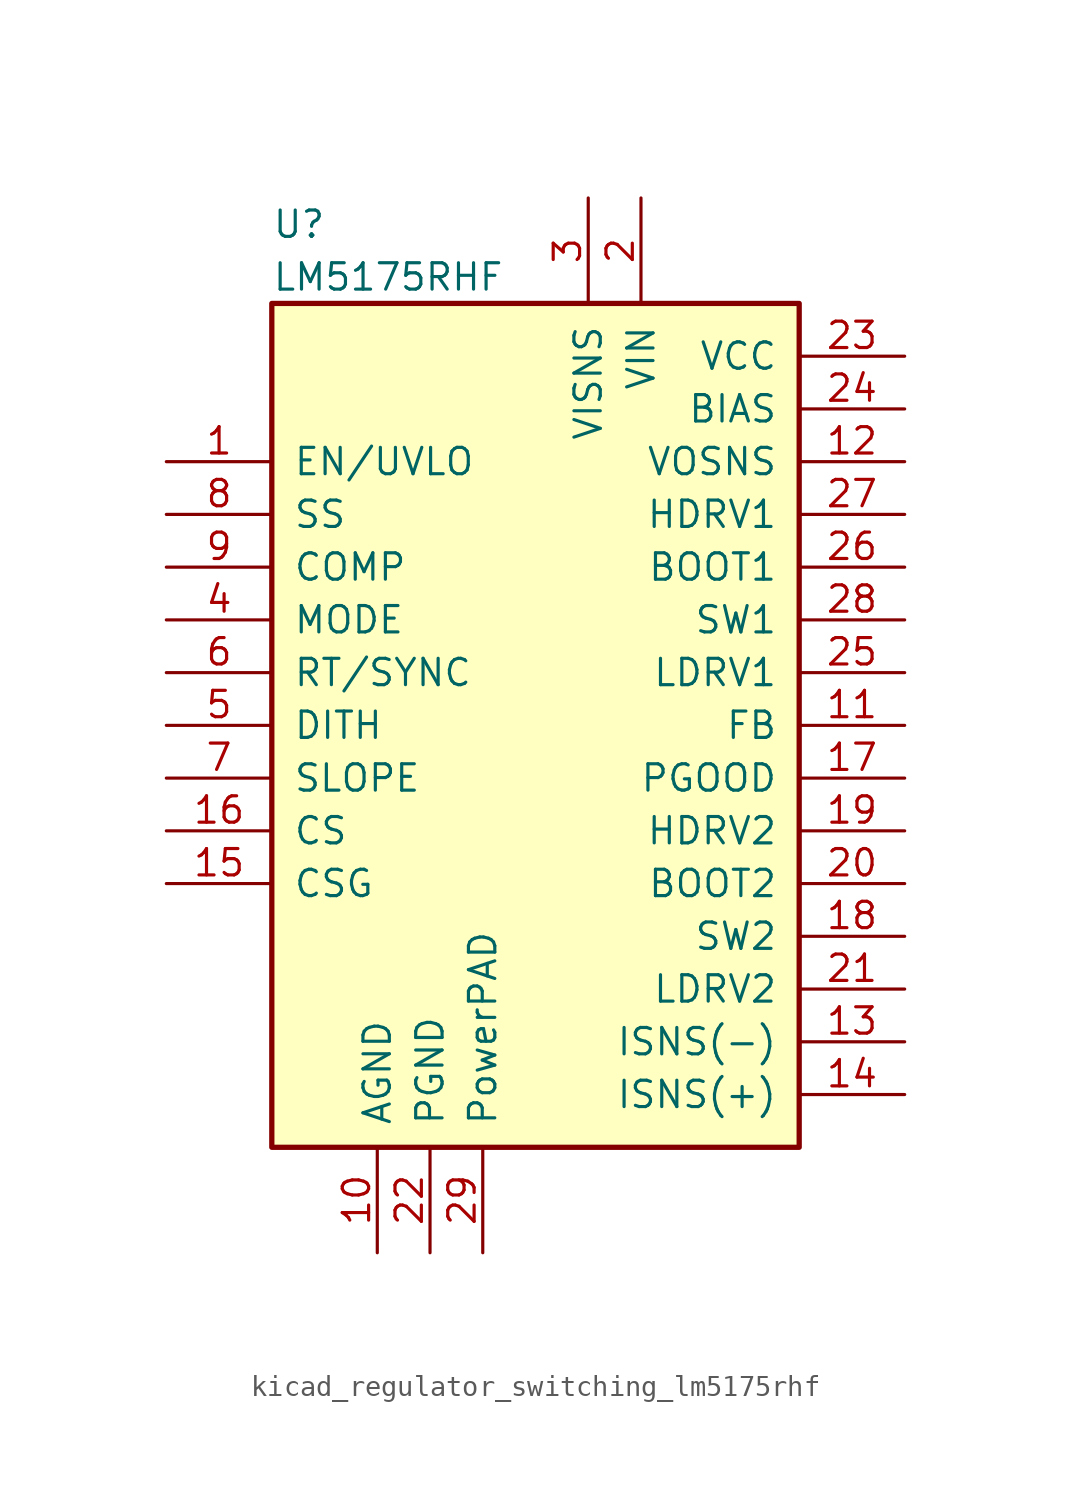
<source format=kicad_sym>
(kicad_symbol_lib
  (version 20220914)
  (generator kicad_symbol_editor)
  (symbol "kicad_regulator_switching_lm5175rhf"
    (pin_names
      (offset 1.016))
    (property "Reference" "U"
      (at -12.7 24.13 0)
      (effects (font (size 1.27 1.27)) (justify left)))
    (property "Value" "LM5175RHF"
      (at -12.7 21.59 0)
      (effects (font (size 1.27 1.27)) (justify left)))
    (symbol "kicad_regulator_switching_lm5175rhf_0_1"
      (rectangle (start -12.7 20.32) (end 12.7 -20.32) (stroke (width 0.254) (type default)) (fill (type background))))
    (symbol "kicad_regulator_switching_lm5175rhf_1_1"
      (pin input line (at -17.78 12.7 0) (length 5.08) (name "EN/UVLO" (effects (font (size 1.27 1.27)))) (number "1" (effects (font (size 1.27 1.27)))))
      (pin power_in line (at -7.62 -25.4 90) (length 5.08) (name "AGND" (effects (font (size 1.27 1.27)))) (number "10" (effects (font (size 1.27 1.27)))))
      (pin input line (at 17.78 0 180) (length 5.08) (name "FB" (effects (font (size 1.27 1.27)))) (number "11" (effects (font (size 1.27 1.27)))))
      (pin output line (at 17.78 12.7 180) (length 5.08) (name "VOSNS" (effects (font (size 1.27 1.27)))) (number "12" (effects (font (size 1.27 1.27)))))
      (pin input line (at 17.78 -15.24 180) (length 5.08) (name "ISNS(-)" (effects (font (size 1.27 1.27)))) (number "13" (effects (font (size 1.27 1.27)))))
      (pin input line (at 17.78 -17.78 180) (length 5.08) (name "ISNS(+)" (effects (font (size 1.27 1.27)))) (number "14" (effects (font (size 1.27 1.27)))))
      (pin input line (at -17.78 -7.62 0) (length 5.08) (name "CSG" (effects (font (size 1.27 1.27)))) (number "15" (effects (font (size 1.27 1.27)))))
      (pin input line (at -17.78 -5.08 0) (length 5.08) (name "CS" (effects (font (size 1.27 1.27)))) (number "16" (effects (font (size 1.27 1.27)))))
      (pin output line (at 17.78 -2.54 180) (length 5.08) (name "PGOOD" (effects (font (size 1.27 1.27)))) (number "17" (effects (font (size 1.27 1.27)))))
      (pin output line (at 17.78 -10.16 180) (length 5.08) (name "SW2" (effects (font (size 1.27 1.27)))) (number "18" (effects (font (size 1.27 1.27)))))
      (pin output line (at 17.78 -5.08 180) (length 5.08) (name "HDRV2" (effects (font (size 1.27 1.27)))) (number "19" (effects (font (size 1.27 1.27)))))
      (pin power_in line (at 5.08 25.4 270) (length 5.08) (name "VIN" (effects (font (size 1.27 1.27)))) (number "2" (effects (font (size 1.27 1.27)))))
      (pin passive line (at 17.78 -7.62 180) (length 5.08) (name "BOOT2" (effects (font (size 1.27 1.27)))) (number "20" (effects (font (size 1.27 1.27)))))
      (pin output line (at 17.78 -12.7 180) (length 5.08) (name "LDRV2" (effects (font (size 1.27 1.27)))) (number "21" (effects (font (size 1.27 1.27)))))
      (pin power_in line (at -5.08 -25.4 90) (length 5.08) (name "PGND" (effects (font (size 1.27 1.27)))) (number "22" (effects (font (size 1.27 1.27)))))
      (pin power_in line (at 17.78 17.78 180) (length 5.08) (name "VCC" (effects (font (size 1.27 1.27)))) (number "23" (effects (font (size 1.27 1.27)))))
      (pin input line (at 17.78 15.24 180) (length 5.08) (name "BIAS" (effects (font (size 1.27 1.27)))) (number "24" (effects (font (size 1.27 1.27)))))
      (pin output line (at 17.78 2.54 180) (length 5.08) (name "LDRV1" (effects (font (size 1.27 1.27)))) (number "25" (effects (font (size 1.27 1.27)))))
      (pin passive line (at 17.78 7.62 180) (length 5.08) (name "BOOT1" (effects (font (size 1.27 1.27)))) (number "26" (effects (font (size 1.27 1.27)))))
      (pin output line (at 17.78 10.16 180) (length 5.08) (name "HDRV1" (effects (font (size 1.27 1.27)))) (number "27" (effects (font (size 1.27 1.27)))))
      (pin output line (at 17.78 5.08 180) (length 5.08) (name "SW1" (effects (font (size 1.27 1.27)))) (number "28" (effects (font (size 1.27 1.27)))))
      (pin input line (at -2.54 -25.4 90) (length 5.08) (name "PowerPAD" (effects (font (size 1.27 1.27)))) (number "29" (effects (font (size 1.27 1.27)))))
      (pin input line (at 2.54 25.4 270) (length 5.08) (name "VISNS" (effects (font (size 1.27 1.27)))) (number "3" (effects (font (size 1.27 1.27)))))
      (pin input line (at -17.78 5.08 0) (length 5.08) (name "MODE" (effects (font (size 1.27 1.27)))) (number "4" (effects (font (size 1.27 1.27)))))
      (pin passive line (at -17.78 0 0) (length 5.08) (name "DITH" (effects (font (size 1.27 1.27)))) (number "5" (effects (font (size 1.27 1.27)))))
      (pin input line (at -17.78 2.54 0) (length 5.08) (name "RT/SYNC" (effects (font (size 1.27 1.27)))) (number "6" (effects (font (size 1.27 1.27)))))
      (pin passive line (at -17.78 -2.54 0) (length 5.08) (name "SLOPE" (effects (font (size 1.27 1.27)))) (number "7" (effects (font (size 1.27 1.27)))))
      (pin passive line (at -17.78 10.16 0) (length 5.08) (name "SS" (effects (font (size 1.27 1.27)))) (number "8" (effects (font (size 1.27 1.27)))))
      (pin passive line (at -17.78 7.62 0) (length 5.08) (name "COMP" (effects (font (size 1.27 1.27)))) (number "9" (effects (font (size 1.27 1.27))))))))
</source>
